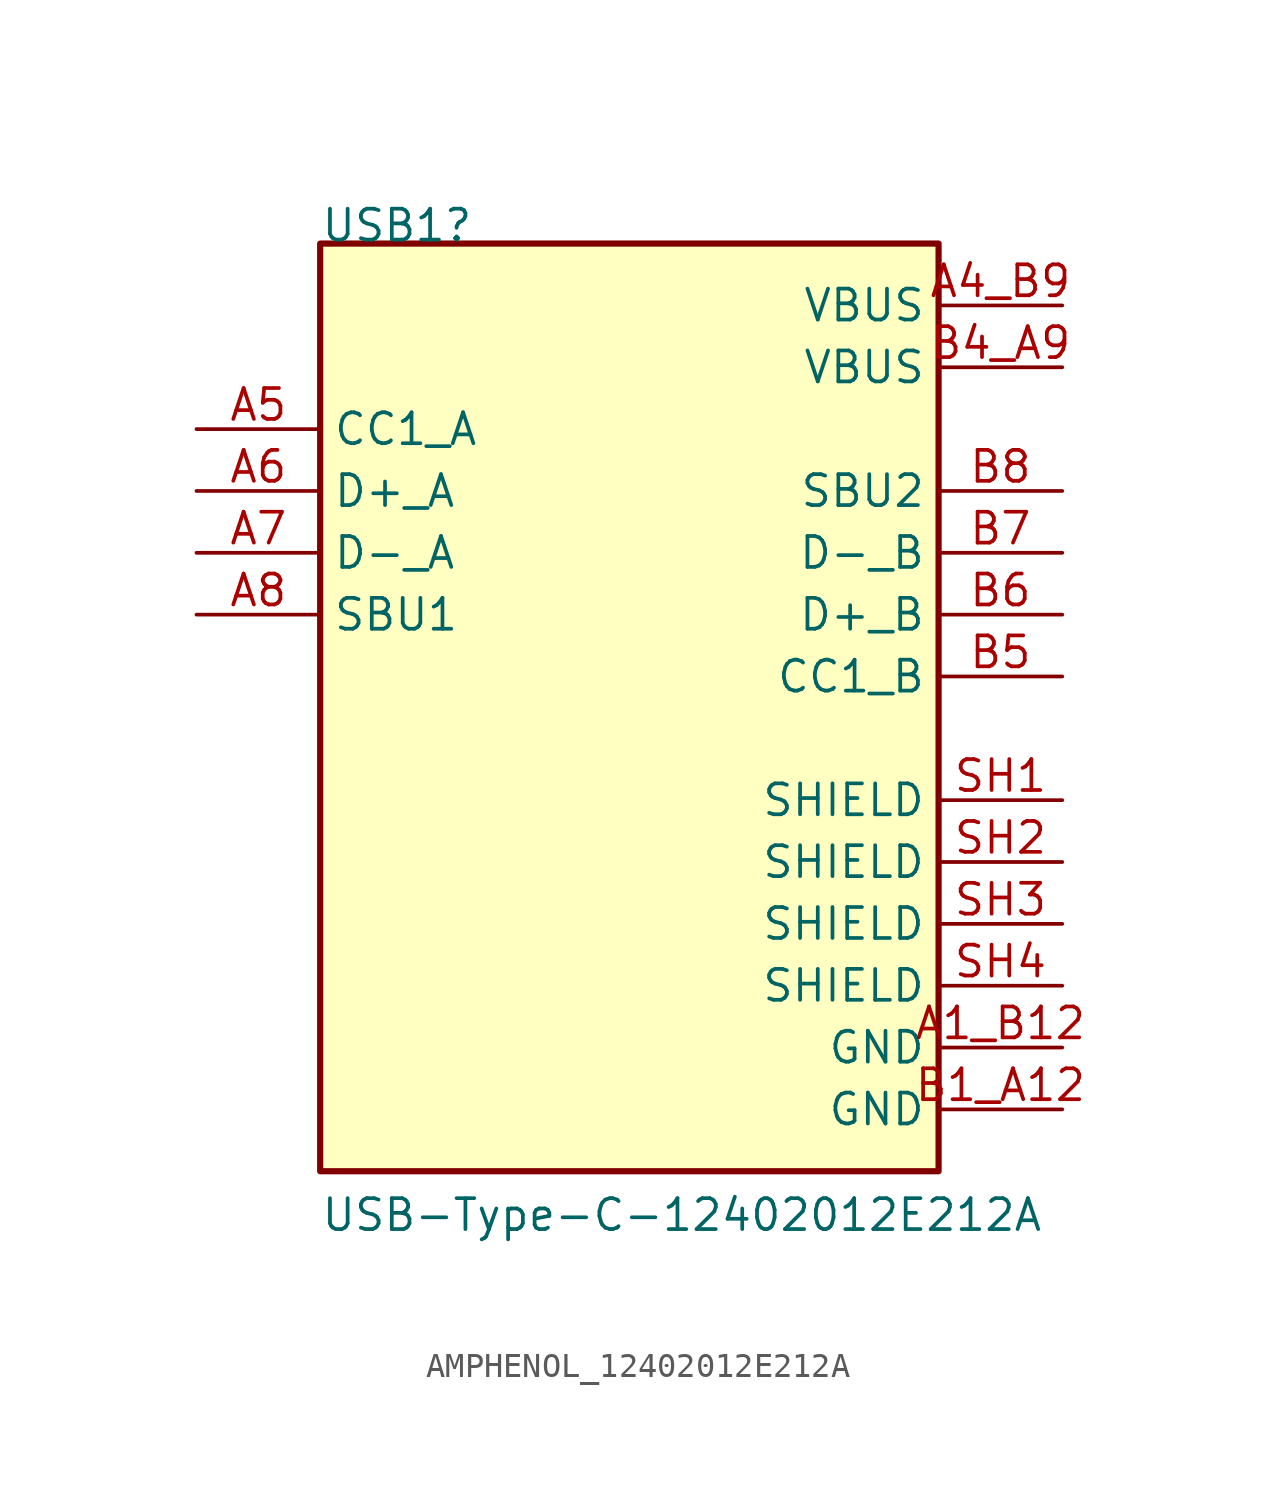
<source format=kicad_sym>
(kicad_symbol_lib
  (version 20231120)
  (generator "kicad_symbol_editor")
  (generator_version "8.0")
  (symbol "AMPHENOL_12402012E212A"
    (property "Reference" "USB1"
      (at -12.7 12.7 0)
      (effects (font (size 1.27 1.27)) (justify left bottom)))
    (property "Value" "USB-Type-C-12402012E212A"
      (at -12.7 -27.94 0)
      (effects (font (size 1.27 1.27)) (justify left bottom)))
    (symbol "AMPHENOL_12402012E212A_1_0"
      (rectangle (start 12.7 12.7) (end -12.7 -25.4) (stroke (width 0.254) (type solid) (color 128 0 0 1)) (fill (type background)))
      (pin power_in line (at 17.78 -20.32 180) (length 5.08) (name "GND" (effects (font (size 1.27 1.27)))) (number "A1_B12" (effects (font (size 1.27 1.27)))))
      (pin power_in line (at 17.78 10.16 180) (length 5.08) (name "VBUS" (effects (font (size 1.27 1.27)))) (number "A4_B9" (effects (font (size 1.27 1.27)))))
      (pin bidirectional line (at -17.78 5.08 0) (length 5.08) (name "CC1_A" (effects (font (size 1.27 1.27)))) (number "A5" (effects (font (size 1.27 1.27)))))
      (pin bidirectional line (at -17.78 2.54 0) (length 5.08) (name "D+_A" (effects (font (size 1.27 1.27)))) (number "A6" (effects (font (size 1.27 1.27)))))
      (pin bidirectional line (at -17.78 0 0) (length 5.08) (name "D-_A" (effects (font (size 1.27 1.27)))) (number "A7" (effects (font (size 1.27 1.27)))))
      (pin bidirectional line (at -17.78 -2.54 0) (length 5.08) (name "SBU1" (effects (font (size 1.27 1.27)))) (number "A8" (effects (font (size 1.27 1.27)))))
      (pin power_in line (at 17.78 -22.86 180) (length 5.08) (name "GND" (effects (font (size 1.27 1.27)))) (number "B1_A12" (effects (font (size 1.27 1.27)))))
      (pin power_in line (at 17.78 7.62 180) (length 5.08) (name "VBUS" (effects (font (size 1.27 1.27)))) (number "B4_A9" (effects (font (size 1.27 1.27)))))
      (pin bidirectional line (at 17.78 -5.08 180) (length 5.08) (name "CC1_B" (effects (font (size 1.27 1.27)))) (number "B5" (effects (font (size 1.27 1.27)))))
      (pin bidirectional line (at 17.78 -2.54 180) (length 5.08) (name "D+_B" (effects (font (size 1.27 1.27)))) (number "B6" (effects (font (size 1.27 1.27)))))
      (pin bidirectional line (at 17.78 0 180) (length 5.08) (name "D-_B" (effects (font (size 1.27 1.27)))) (number "B7" (effects (font (size 1.27 1.27)))))
      (pin bidirectional line (at 17.78 2.54 180) (length 5.08) (name "SBU2" (effects (font (size 1.27 1.27)))) (number "B8" (effects (font (size 1.27 1.27)))))
      (pin passive line (at 17.78 -10.16 180) (length 5.08) (name "SHIELD" (effects (font (size 1.27 1.27)))) (number "SH1" (effects (font (size 1.27 1.27)))))
      (pin passive line (at 17.78 -12.7 180) (length 5.08) (name "SHIELD" (effects (font (size 1.27 1.27)))) (number "SH2" (effects (font (size 1.27 1.27)))))
      (pin passive line (at 17.78 -15.24 180) (length 5.08) (name "SHIELD" (effects (font (size 1.27 1.27)))) (number "SH3" (effects (font (size 1.27 1.27)))))
      (pin passive line (at 17.78 -17.78 180) (length 5.08) (name "SHIELD" (effects (font (size 1.27 1.27)))) (number "SH4" (effects (font (size 1.27 1.27))))))))
</source>
